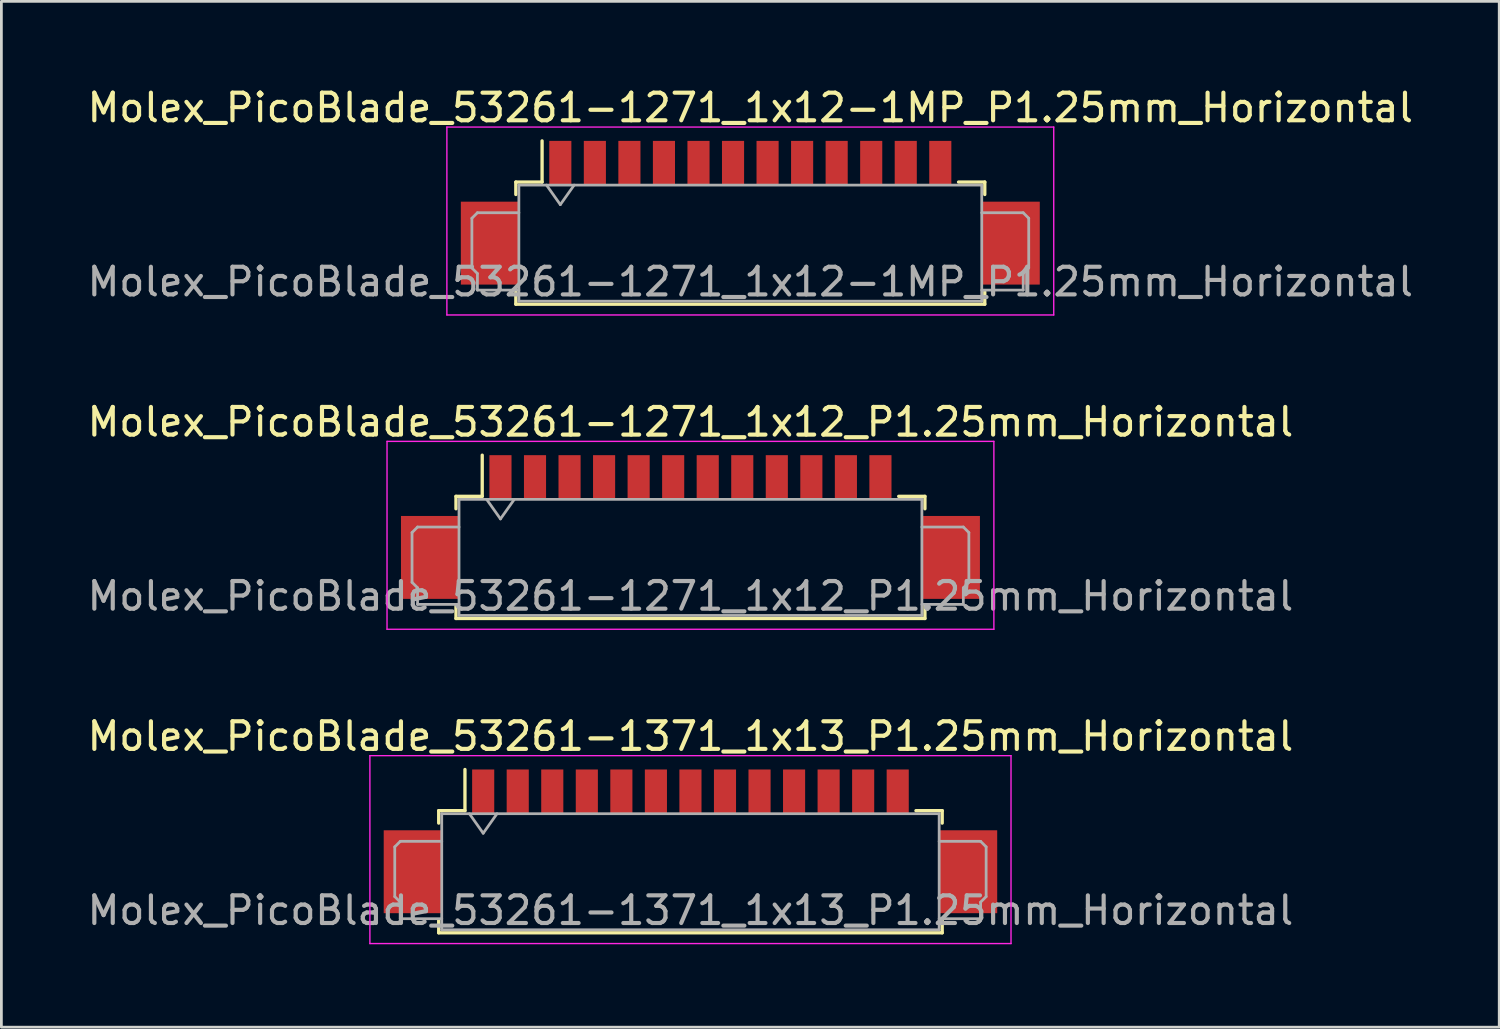
<source format=kicad_pcb>
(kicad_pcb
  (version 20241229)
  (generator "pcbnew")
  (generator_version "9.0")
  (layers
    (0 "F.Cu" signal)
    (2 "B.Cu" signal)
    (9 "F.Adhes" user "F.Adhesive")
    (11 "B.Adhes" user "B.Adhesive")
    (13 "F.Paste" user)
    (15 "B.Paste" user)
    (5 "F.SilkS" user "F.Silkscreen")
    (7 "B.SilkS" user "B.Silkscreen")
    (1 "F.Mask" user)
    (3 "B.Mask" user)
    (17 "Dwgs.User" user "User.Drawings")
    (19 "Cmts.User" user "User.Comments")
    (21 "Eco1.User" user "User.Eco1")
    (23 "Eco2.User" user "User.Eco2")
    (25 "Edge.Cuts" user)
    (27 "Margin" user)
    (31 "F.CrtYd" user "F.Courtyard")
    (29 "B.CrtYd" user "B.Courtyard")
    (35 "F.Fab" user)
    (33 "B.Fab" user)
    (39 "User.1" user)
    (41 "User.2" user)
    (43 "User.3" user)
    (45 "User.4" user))
  (footprint "Molex_PicoBlade_53261-1371_1x13_P1.25mm_Horizontal"
    (layer "F.Cu")
    (at 21.935 28.395)
    (property "Reference" "Molex_PicoBlade_53261-1371_1x13_P1.25mm_Horizontal" (at 0 -4.8 0) (layer "F.SilkS") (effects (font (size 1 1) (thickness 0.15))))
    (attr smd)
    (fp_line (start -9.11 -2.11) (end -8.16 -2.11) (stroke (width 0.12) (type solid)) (layer "F.SilkS"))
    (fp_line (start -9.11 -1.66) (end -9.11 -2.11) (stroke (width 0.12) (type solid)) (layer "F.SilkS"))
    (fp_line (start -9.11 1.86) (end -9.11 2.31) (stroke (width 0.12) (type solid)) (layer "F.SilkS"))
    (fp_line (start -9.11 2.31) (end 9.11 2.31) (stroke (width 0.12) (type solid)) (layer "F.SilkS"))
    (fp_line (start -8.16 -2.11) (end -8.16 -3.6) (stroke (width 0.12) (type solid)) (layer "F.SilkS"))
    (fp_line (start 9.11 -2.11) (end 8.16 -2.11) (stroke (width 0.12) (type solid)) (layer "F.SilkS"))
    (fp_line (start 9.11 -1.66) (end 9.11 -2.11) (stroke (width 0.12) (type solid)) (layer "F.SilkS"))
    (fp_line (start 9.11 2.31) (end 9.11 1.86) (stroke (width 0.12) (type solid)) (layer "F.SilkS"))
    (fp_line (start -11.6 -4.1) (end -11.6 2.7) (stroke (width 0.05) (type solid)) (layer "F.CrtYd"))
    (fp_line (start -11.6 2.7) (end 11.6 2.7) (stroke (width 0.05) (type solid)) (layer "F.CrtYd"))
    (fp_line (start 11.6 -4.1) (end -11.6 -4.1) (stroke (width 0.05) (type solid)) (layer "F.CrtYd"))
    (fp_line (start 11.6 2.7) (end 11.6 -4.1) (stroke (width 0.05) (type solid)) (layer "F.CrtYd"))
    (fp_line (start -10.7 -0.8) (end -10.7 1) (stroke (width 0.1) (type solid)) (layer "F.Fab"))
    (fp_line (start -10.7 1) (end -10.5 1.2) (stroke (width 0.1) (type solid)) (layer "F.Fab"))
    (fp_line (start -10.5 -1) (end -10.7 -0.8) (stroke (width 0.1) (type solid)) (layer "F.Fab"))
    (fp_line (start -10.5 1.2) (end -10.5 1.8) (stroke (width 0.1) (type solid)) (layer "F.Fab"))
    (fp_line (start -10.5 1.8) (end -9 1.8) (stroke (width 0.1) (type solid)) (layer "F.Fab"))
    (fp_line (start -9 -2) (end -9 2.2) (stroke (width 0.1) (type solid)) (layer "F.Fab"))
    (fp_line (start -9 -2) (end 9 -2) (stroke (width 0.1) (type solid)) (layer "F.Fab"))
    (fp_line (start -9 -1) (end -10.5 -1) (stroke (width 0.1) (type solid)) (layer "F.Fab"))
    (fp_line (start -9 2.2) (end 9 2.2) (stroke (width 0.1) (type solid)) (layer "F.Fab"))
    (fp_line (start -8 -2) (end -7.5 -1.293) (stroke (width 0.1) (type solid)) (layer "F.Fab"))
    (fp_line (start -7.5 -1.293) (end -7 -2) (stroke (width 0.1) (type solid)) (layer "F.Fab"))
    (fp_line (start 9 -2) (end 9 2.2) (stroke (width 0.1) (type solid)) (layer "F.Fab"))
    (fp_line (start 9 -1) (end 10.5 -1) (stroke (width 0.1) (type solid)) (layer "F.Fab"))
    (fp_line (start 10.5 -1) (end 10.7 -0.8) (stroke (width 0.1) (type solid)) (layer "F.Fab"))
    (fp_line (start 10.5 1.2) (end 10.5 1.8) (stroke (width 0.1) (type solid)) (layer "F.Fab"))
    (fp_line (start 10.5 1.8) (end 9 1.8) (stroke (width 0.1) (type solid)) (layer "F.Fab"))
    (fp_line (start 10.7 -0.8) (end 10.7 1) (stroke (width 0.1) (type solid)) (layer "F.Fab"))
    (fp_line (start 10.7 1) (end 10.5 1.2) (stroke (width 0.1) (type solid)) (layer "F.Fab"))
    (fp_text user "${REFERENCE}" (at 0 1.5 0) (layer "F.Fab") (effects (font (size 1 1) (thickness 0.15))))
    (pad "" smd rect (at -10.05 0.1) (size 2.1 3) (layers "F.Cu" "F.Mask" "F.Paste"))
    (pad "" smd rect (at 10.05 0.1) (size 2.1 3) (layers "F.Cu" "F.Mask" "F.Paste"))
    (pad "1" smd rect (at -7.5 -2.8) (size 0.8 1.6) (layers "F.Cu" "F.Mask" "F.Paste"))
    (pad "2" smd rect (at -6.25 -2.8) (size 0.8 1.6) (layers "F.Cu" "F.Mask" "F.Paste"))
    (pad "3" smd rect (at -5 -2.8) (size 0.8 1.6) (layers "F.Cu" "F.Mask" "F.Paste"))
    (pad "4" smd rect (at -3.75 -2.8) (size 0.8 1.6) (layers "F.Cu" "F.Mask" "F.Paste"))
    (pad "5" smd rect (at -2.5 -2.8) (size 0.8 1.6) (layers "F.Cu" "F.Mask" "F.Paste"))
    (pad "6" smd rect (at -1.25 -2.8) (size 0.8 1.6) (layers "F.Cu" "F.Mask" "F.Paste"))
    (pad "7" smd rect (at 0 -2.8) (size 0.8 1.6) (layers "F.Cu" "F.Mask" "F.Paste"))
    (pad "8" smd rect (at 1.25 -2.8) (size 0.8 1.6) (layers "F.Cu" "F.Mask" "F.Paste"))
    (pad "9" smd rect (at 2.5 -2.8) (size 0.8 1.6) (layers "F.Cu" "F.Mask" "F.Paste"))
    (pad "10" smd rect (at 3.75 -2.8) (size 0.8 1.6) (layers "F.Cu" "F.Mask" "F.Paste"))
    (pad "11" smd rect (at 5 -2.8) (size 0.8 1.6) (layers "F.Cu" "F.Mask" "F.Paste"))
    (pad "12" smd rect (at 6.25 -2.8) (size 0.8 1.6) (layers "F.Cu" "F.Mask" "F.Paste"))
    (pad "13" smd rect (at 7.5 -2.8) (size 0.8 1.6) (layers "F.Cu" "F.Mask" "F.Paste")))
  (footprint "Molex_PicoBlade_53261-1271_1x12_P1.25mm_Horizontal"
    (layer "F.Cu")
    (at 21.935 17.021)
    (property "Reference" "Molex_PicoBlade_53261-1271_1x12_P1.25mm_Horizontal" (at 0 -4.8 0) (layer "F.SilkS") (effects (font (size 1 1) (thickness 0.15))))
    (attr smd)
    (fp_line (start -8.485 -2.11) (end -7.535 -2.11) (stroke (width 0.12) (type solid)) (layer "F.SilkS"))
    (fp_line (start -8.485 -1.66) (end -8.485 -2.11) (stroke (width 0.12) (type solid)) (layer "F.SilkS"))
    (fp_line (start -8.485 1.86) (end -8.485 2.31) (stroke (width 0.12) (type solid)) (layer "F.SilkS"))
    (fp_line (start -8.485 2.31) (end 8.485 2.31) (stroke (width 0.12) (type solid)) (layer "F.SilkS"))
    (fp_line (start -7.535 -2.11) (end -7.535 -3.6) (stroke (width 0.12) (type solid)) (layer "F.SilkS"))
    (fp_line (start 8.485 -2.11) (end 7.535 -2.11) (stroke (width 0.12) (type solid)) (layer "F.SilkS"))
    (fp_line (start 8.485 -1.66) (end 8.485 -2.11) (stroke (width 0.12) (type solid)) (layer "F.SilkS"))
    (fp_line (start 8.485 2.31) (end 8.485 1.86) (stroke (width 0.12) (type solid)) (layer "F.SilkS"))
    (fp_line (start -10.98 -4.1) (end -10.98 2.7) (stroke (width 0.05) (type solid)) (layer "F.CrtYd"))
    (fp_line (start -10.98 2.7) (end 10.98 2.7) (stroke (width 0.05) (type solid)) (layer "F.CrtYd"))
    (fp_line (start 10.98 -4.1) (end -10.98 -4.1) (stroke (width 0.05) (type solid)) (layer "F.CrtYd"))
    (fp_line (start 10.98 2.7) (end 10.98 -4.1) (stroke (width 0.05) (type solid)) (layer "F.CrtYd"))
    (fp_line (start -10.075 -0.8) (end -10.075 1) (stroke (width 0.1) (type solid)) (layer "F.Fab"))
    (fp_line (start -10.075 1) (end -9.875 1.2) (stroke (width 0.1) (type solid)) (layer "F.Fab"))
    (fp_line (start -9.875 -1) (end -10.075 -0.8) (stroke (width 0.1) (type solid)) (layer "F.Fab"))
    (fp_line (start -9.875 1.2) (end -9.875 1.8) (stroke (width 0.1) (type solid)) (layer "F.Fab"))
    (fp_line (start -9.875 1.8) (end -8.375 1.8) (stroke (width 0.1) (type solid)) (layer "F.Fab"))
    (fp_line (start -8.375 -2) (end -8.375 2.2) (stroke (width 0.1) (type solid)) (layer "F.Fab"))
    (fp_line (start -8.375 -2) (end 8.375 -2) (stroke (width 0.1) (type solid)) (layer "F.Fab"))
    (fp_line (start -8.375 -1) (end -9.875 -1) (stroke (width 0.1) (type solid)) (layer "F.Fab"))
    (fp_line (start -8.375 2.2) (end 8.375 2.2) (stroke (width 0.1) (type solid)) (layer "F.Fab"))
    (fp_line (start -7.375 -2) (end -6.875 -1.293) (stroke (width 0.1) (type solid)) (layer "F.Fab"))
    (fp_line (start -6.875 -1.293) (end -6.375 -2) (stroke (width 0.1) (type solid)) (layer "F.Fab"))
    (fp_line (start 8.375 -2) (end 8.375 2.2) (stroke (width 0.1) (type solid)) (layer "F.Fab"))
    (fp_line (start 8.375 -1) (end 9.875 -1) (stroke (width 0.1) (type solid)) (layer "F.Fab"))
    (fp_line (start 9.875 -1) (end 10.075 -0.8) (stroke (width 0.1) (type solid)) (layer "F.Fab"))
    (fp_line (start 9.875 1.2) (end 9.875 1.8) (stroke (width 0.1) (type solid)) (layer "F.Fab"))
    (fp_line (start 9.875 1.8) (end 8.375 1.8) (stroke (width 0.1) (type solid)) (layer "F.Fab"))
    (fp_line (start 10.075 -0.8) (end 10.075 1) (stroke (width 0.1) (type solid)) (layer "F.Fab"))
    (fp_line (start 10.075 1) (end 9.875 1.2) (stroke (width 0.1) (type solid)) (layer "F.Fab"))
    (fp_text user "${REFERENCE}" (at 0 1.5 0) (layer "F.Fab") (effects (font (size 1 1) (thickness 0.15))))
    (pad "" smd rect (at -9.425 0.1) (size 2.1 3) (layers "F.Cu" "F.Mask" "F.Paste"))
    (pad "" smd rect (at 9.425 0.1) (size 2.1 3) (layers "F.Cu" "F.Mask" "F.Paste"))
    (pad "1" smd rect (at -6.875 -2.8) (size 0.8 1.6) (layers "F.Cu" "F.Mask" "F.Paste"))
    (pad "2" smd rect (at -5.625 -2.8) (size 0.8 1.6) (layers "F.Cu" "F.Mask" "F.Paste"))
    (pad "3" smd rect (at -4.375 -2.8) (size 0.8 1.6) (layers "F.Cu" "F.Mask" "F.Paste"))
    (pad "4" smd rect (at -3.125 -2.8) (size 0.8 1.6) (layers "F.Cu" "F.Mask" "F.Paste"))
    (pad "5" smd rect (at -1.875 -2.8) (size 0.8 1.6) (layers "F.Cu" "F.Mask" "F.Paste"))
    (pad "6" smd rect (at -0.625 -2.8) (size 0.8 1.6) (layers "F.Cu" "F.Mask" "F.Paste"))
    (pad "7" smd rect (at 0.625 -2.8) (size 0.8 1.6) (layers "F.Cu" "F.Mask" "F.Paste"))
    (pad "8" smd rect (at 1.875 -2.8) (size 0.8 1.6) (layers "F.Cu" "F.Mask" "F.Paste"))
    (pad "9" smd rect (at 3.125 -2.8) (size 0.8 1.6) (layers "F.Cu" "F.Mask" "F.Paste"))
    (pad "10" smd rect (at 4.375 -2.8) (size 0.8 1.6) (layers "F.Cu" "F.Mask" "F.Paste"))
    (pad "11" smd rect (at 5.625 -2.8) (size 0.8 1.6) (layers "F.Cu" "F.Mask" "F.Paste"))
    (pad "12" smd rect (at 6.875 -2.8) (size 0.8 1.6) (layers "F.Cu" "F.Mask" "F.Paste")))
  (footprint "Molex_PicoBlade_53261-1271_1x12-1MP_P1.25mm_Horizontal"
    (layer "F.Cu")
    (at 24.101 5.248)
    (property "Reference" "Molex_PicoBlade_53261-1271_1x12-1MP_P1.25mm_Horizontal" (at 0 -4.4 0) (layer "F.SilkS") (effects (font (size 1 1) (thickness 0.15))))
    (attr smd)
    (fp_line (start -8.485 -1.71) (end -7.535 -1.71) (stroke (width 0.12) (type solid)) (layer "F.SilkS"))
    (fp_line (start -8.485 -1.26) (end -8.485 -1.71) (stroke (width 0.12) (type solid)) (layer "F.SilkS"))
    (fp_line (start -8.485 2.26) (end -8.485 2.71) (stroke (width 0.12) (type solid)) (layer "F.SilkS"))
    (fp_line (start -8.485 2.71) (end 8.485 2.71) (stroke (width 0.12) (type solid)) (layer "F.SilkS"))
    (fp_line (start -7.535 -1.71) (end -7.535 -3.2) (stroke (width 0.12) (type solid)) (layer "F.SilkS"))
    (fp_line (start 8.485 -1.71) (end 7.535 -1.71) (stroke (width 0.12) (type solid)) (layer "F.SilkS"))
    (fp_line (start 8.485 -1.26) (end 8.485 -1.71) (stroke (width 0.12) (type solid)) (layer "F.SilkS"))
    (fp_line (start 8.485 2.71) (end 8.485 2.26) (stroke (width 0.12) (type solid)) (layer "F.SilkS"))
    (fp_line (start -10.98 -3.7) (end -10.98 3.1) (stroke (width 0.05) (type solid)) (layer "F.CrtYd"))
    (fp_line (start -10.98 3.1) (end 10.98 3.1) (stroke (width 0.05) (type solid)) (layer "F.CrtYd"))
    (fp_line (start 10.98 -3.7) (end -10.98 -3.7) (stroke (width 0.05) (type solid)) (layer "F.CrtYd"))
    (fp_line (start 10.98 3.1) (end 10.98 -3.7) (stroke (width 0.05) (type solid)) (layer "F.CrtYd"))
    (fp_line (start -10.075 -0.4) (end -10.075 1.4) (stroke (width 0.1) (type solid)) (layer "F.Fab"))
    (fp_line (start -10.075 1.4) (end -9.875 1.6) (stroke (width 0.1) (type solid)) (layer "F.Fab"))
    (fp_line (start -9.875 -0.6) (end -10.075 -0.4) (stroke (width 0.1) (type solid)) (layer "F.Fab"))
    (fp_line (start -9.875 1.6) (end -9.875 2.2) (stroke (width 0.1) (type solid)) (layer "F.Fab"))
    (fp_line (start -9.875 2.2) (end -8.375 2.2) (stroke (width 0.1) (type solid)) (layer "F.Fab"))
    (fp_line (start -8.375 -1.6) (end -8.375 2.6) (stroke (width 0.1) (type solid)) (layer "F.Fab"))
    (fp_line (start -8.375 -1.6) (end 8.375 -1.6) (stroke (width 0.1) (type solid)) (layer "F.Fab"))
    (fp_line (start -8.375 -0.6) (end -9.875 -0.6) (stroke (width 0.1) (type solid)) (layer "F.Fab"))
    (fp_line (start -8.375 2.6) (end 8.375 2.6) (stroke (width 0.1) (type solid)) (layer "F.Fab"))
    (fp_line (start -7.375 -1.6) (end -6.875 -0.893) (stroke (width 0.1) (type solid)) (layer "F.Fab"))
    (fp_line (start -6.875 -0.893) (end -6.375 -1.6) (stroke (width 0.1) (type solid)) (layer "F.Fab"))
    (fp_line (start 8.375 -1.6) (end 8.375 2.6) (stroke (width 0.1) (type solid)) (layer "F.Fab"))
    (fp_line (start 8.375 -0.6) (end 9.875 -0.6) (stroke (width 0.1) (type solid)) (layer "F.Fab"))
    (fp_line (start 9.875 -0.6) (end 10.075 -0.4) (stroke (width 0.1) (type solid)) (layer "F.Fab"))
    (fp_line (start 9.875 1.6) (end 9.875 2.2) (stroke (width 0.1) (type solid)) (layer "F.Fab"))
    (fp_line (start 9.875 2.2) (end 8.375 2.2) (stroke (width 0.1) (type solid)) (layer "F.Fab"))
    (fp_line (start 10.075 -0.4) (end 10.075 1.4) (stroke (width 0.1) (type solid)) (layer "F.Fab"))
    (fp_line (start 10.075 1.4) (end 9.875 1.6) (stroke (width 0.1) (type solid)) (layer "F.Fab"))
    (fp_text user "${REFERENCE}" (at 0 1.9 0) (layer "F.Fab") (effects (font (size 1 1) (thickness 0.15))))
    (pad "1" smd rect (at -6.875 -2.4) (size 0.8 1.6) (layers "F.Cu" "F.Mask" "F.Paste"))
    (pad "2" smd rect (at -5.625 -2.4) (size 0.8 1.6) (layers "F.Cu" "F.Mask" "F.Paste"))
    (pad "3" smd rect (at -4.375 -2.4) (size 0.8 1.6) (layers "F.Cu" "F.Mask" "F.Paste"))
    (pad "4" smd rect (at -3.125 -2.4) (size 0.8 1.6) (layers "F.Cu" "F.Mask" "F.Paste"))
    (pad "5" smd rect (at -1.875 -2.4) (size 0.8 1.6) (layers "F.Cu" "F.Mask" "F.Paste"))
    (pad "6" smd rect (at -0.625 -2.4) (size 0.8 1.6) (layers "F.Cu" "F.Mask" "F.Paste"))
    (pad "7" smd rect (at 0.625 -2.4) (size 0.8 1.6) (layers "F.Cu" "F.Mask" "F.Paste"))
    (pad "8" smd rect (at 1.875 -2.4) (size 0.8 1.6) (layers "F.Cu" "F.Mask" "F.Paste"))
    (pad "9" smd rect (at 3.125 -2.4) (size 0.8 1.6) (layers "F.Cu" "F.Mask" "F.Paste"))
    (pad "10" smd rect (at 4.375 -2.4) (size 0.8 1.6) (layers "F.Cu" "F.Mask" "F.Paste"))
    (pad "11" smd rect (at 5.625 -2.4) (size 0.8 1.6) (layers "F.Cu" "F.Mask" "F.Paste"))
    (pad "12" smd rect (at 6.875 -2.4) (size 0.8 1.6) (layers "F.Cu" "F.Mask" "F.Paste"))
    (pad "MP" smd rect (at -9.425 0.5) (size 2.1 3) (layers "F.Cu" "F.Mask" "F.Paste"))
    (pad "MP" smd rect (at 9.425 0.5) (size 2.1 3) (layers "F.Cu" "F.Mask" "F.Paste")))
  (gr_rect
    (start -3 -3)
    (end 51.202 34.12)
    (stroke (width 0.1) (type default))
    (fill no)
    (layer "Edge.Cuts")))
</source>
